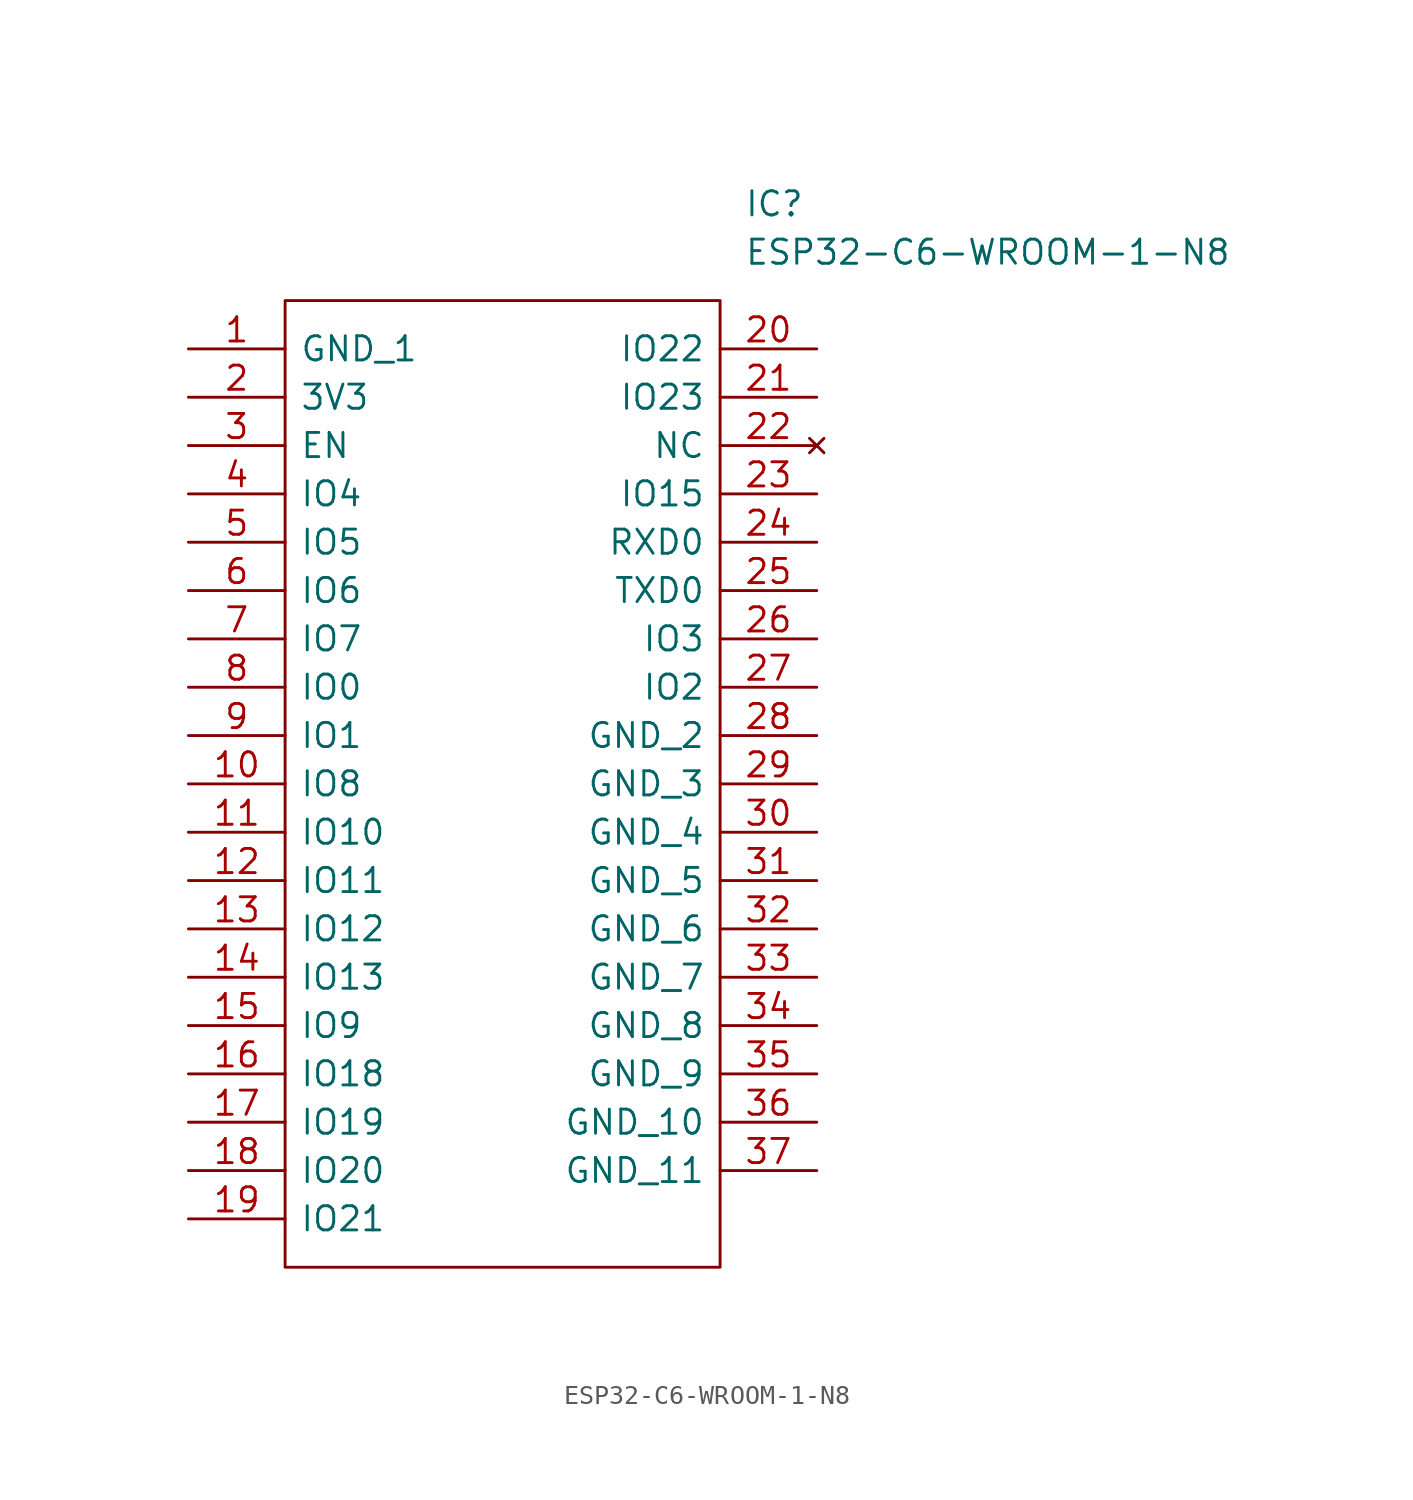
<source format=kicad_sym>
(kicad_symbol_lib
  (version 20241209)
  (generator "kicad_symbol_editor")
  (generator_version "9.0")
  (symbol "ESP32-C6-WROOM-1-N8"
    (pin_names
      (offset 0.762))
    (property "Reference" "IC"
      (at 29.21 7.62 0)
      (effects (font (size 1.27 1.27)) (justify left)))
    (property "Value" "ESP32-C6-WROOM-1-N8"
      (at 29.21 5.08 0)
      (effects (font (size 1.27 1.27)) (justify left)))
    (symbol "ESP32-C6-WROOM-1-N8_0_0"
      (pin passive line (at 0 0 0) (length 5.08) (name "GND_1" (effects (font (size 1.27 1.27)))) (number "1" (effects (font (size 1.27 1.27)))))
      (pin passive line (at 0 -2.54 0) (length 5.08) (name "3V3" (effects (font (size 1.27 1.27)))) (number "2" (effects (font (size 1.27 1.27)))))
      (pin passive line (at 0 -5.08 0) (length 5.08) (name "EN" (effects (font (size 1.27 1.27)))) (number "3" (effects (font (size 1.27 1.27)))))
      (pin passive line (at 0 -7.62 0) (length 5.08) (name "IO4" (effects (font (size 1.27 1.27)))) (number "4" (effects (font (size 1.27 1.27)))))
      (pin passive line (at 0 -10.16 0) (length 5.08) (name "IO5" (effects (font (size 1.27 1.27)))) (number "5" (effects (font (size 1.27 1.27)))))
      (pin passive line (at 0 -12.7 0) (length 5.08) (name "IO6" (effects (font (size 1.27 1.27)))) (number "6" (effects (font (size 1.27 1.27)))))
      (pin passive line (at 0 -15.24 0) (length 5.08) (name "IO7" (effects (font (size 1.27 1.27)))) (number "7" (effects (font (size 1.27 1.27)))))
      (pin passive line (at 0 -17.78 0) (length 5.08) (name "IO0" (effects (font (size 1.27 1.27)))) (number "8" (effects (font (size 1.27 1.27)))))
      (pin passive line (at 0 -20.32 0) (length 5.08) (name "IO1" (effects (font (size 1.27 1.27)))) (number "9" (effects (font (size 1.27 1.27)))))
      (pin passive line (at 0 -22.86 0) (length 5.08) (name "IO8" (effects (font (size 1.27 1.27)))) (number "10" (effects (font (size 1.27 1.27)))))
      (pin passive line (at 0 -25.4 0) (length 5.08) (name "IO10" (effects (font (size 1.27 1.27)))) (number "11" (effects (font (size 1.27 1.27)))))
      (pin passive line (at 0 -27.94 0) (length 5.08) (name "IO11" (effects (font (size 1.27 1.27)))) (number "12" (effects (font (size 1.27 1.27)))))
      (pin passive line (at 0 -30.48 0) (length 5.08) (name "IO12" (effects (font (size 1.27 1.27)))) (number "13" (effects (font (size 1.27 1.27)))))
      (pin passive line (at 0 -33.02 0) (length 5.08) (name "IO13" (effects (font (size 1.27 1.27)))) (number "14" (effects (font (size 1.27 1.27)))))
      (pin passive line (at 0 -35.56 0) (length 5.08) (name "IO9" (effects (font (size 1.27 1.27)))) (number "15" (effects (font (size 1.27 1.27)))))
      (pin passive line (at 0 -38.1 0) (length 5.08) (name "IO18" (effects (font (size 1.27 1.27)))) (number "16" (effects (font (size 1.27 1.27)))))
      (pin passive line (at 0 -40.64 0) (length 5.08) (name "IO19" (effects (font (size 1.27 1.27)))) (number "17" (effects (font (size 1.27 1.27)))))
      (pin passive line (at 0 -43.18 0) (length 5.08) (name "IO20" (effects (font (size 1.27 1.27)))) (number "18" (effects (font (size 1.27 1.27)))))
      (pin passive line (at 0 -45.72 0) (length 5.08) (name "IO21" (effects (font (size 1.27 1.27)))) (number "19" (effects (font (size 1.27 1.27)))))
      (pin passive line (at 33.02 0 180) (length 5.08) (name "IO22" (effects (font (size 1.27 1.27)))) (number "20" (effects (font (size 1.27 1.27)))))
      (pin passive line (at 33.02 -2.54 180) (length 5.08) (name "IO23" (effects (font (size 1.27 1.27)))) (number "21" (effects (font (size 1.27 1.27)))))
      (pin no_connect line (at 33.02 -5.08 180) (length 5.08) (name "NC" (effects (font (size 1.27 1.27)))) (number "22" (effects (font (size 1.27 1.27)))))
      (pin passive line (at 33.02 -7.62 180) (length 5.08) (name "IO15" (effects (font (size 1.27 1.27)))) (number "23" (effects (font (size 1.27 1.27)))))
      (pin passive line (at 33.02 -10.16 180) (length 5.08) (name "RXD0" (effects (font (size 1.27 1.27)))) (number "24" (effects (font (size 1.27 1.27)))))
      (pin passive line (at 33.02 -12.7 180) (length 5.08) (name "TXD0" (effects (font (size 1.27 1.27)))) (number "25" (effects (font (size 1.27 1.27)))))
      (pin passive line (at 33.02 -15.24 180) (length 5.08) (name "IO3" (effects (font (size 1.27 1.27)))) (number "26" (effects (font (size 1.27 1.27)))))
      (pin passive line (at 33.02 -17.78 180) (length 5.08) (name "IO2" (effects (font (size 1.27 1.27)))) (number "27" (effects (font (size 1.27 1.27)))))
      (pin passive line (at 33.02 -20.32 180) (length 5.08) (name "GND_2" (effects (font (size 1.27 1.27)))) (number "28" (effects (font (size 1.27 1.27)))))
      (pin passive line (at 33.02 -22.86 180) (length 5.08) (name "GND_3" (effects (font (size 1.27 1.27)))) (number "29" (effects (font (size 1.27 1.27)))))
      (pin passive line (at 33.02 -25.4 180) (length 5.08) (name "GND_4" (effects (font (size 1.27 1.27)))) (number "30" (effects (font (size 1.27 1.27)))))
      (pin passive line (at 33.02 -27.94 180) (length 5.08) (name "GND_5" (effects (font (size 1.27 1.27)))) (number "31" (effects (font (size 1.27 1.27)))))
      (pin passive line (at 33.02 -30.48 180) (length 5.08) (name "GND_6" (effects (font (size 1.27 1.27)))) (number "32" (effects (font (size 1.27 1.27)))))
      (pin passive line (at 33.02 -33.02 180) (length 5.08) (name "GND_7" (effects (font (size 1.27 1.27)))) (number "33" (effects (font (size 1.27 1.27)))))
      (pin passive line (at 33.02 -35.56 180) (length 5.08) (name "GND_8" (effects (font (size 1.27 1.27)))) (number "34" (effects (font (size 1.27 1.27)))))
      (pin passive line (at 33.02 -38.1 180) (length 5.08) (name "GND_9" (effects (font (size 1.27 1.27)))) (number "35" (effects (font (size 1.27 1.27)))))
      (pin passive line (at 33.02 -40.64 180) (length 5.08) (name "GND_10" (effects (font (size 1.27 1.27)))) (number "36" (effects (font (size 1.27 1.27)))))
      (pin passive line (at 33.02 -43.18 180) (length 5.08) (name "GND_11" (effects (font (size 1.27 1.27)))) (number "37" (effects (font (size 1.27 1.27))))))
    (symbol "ESP32-C6-WROOM-1-N8_0_1"
      (polyline (pts (xy 5.08 2.54) (xy 27.94 2.54) (xy 27.94 -48.26) (xy 5.08 -48.26) (xy 5.08 2.54)) (stroke (width 0.152) (type solid)) (fill (type none))))))
</source>
